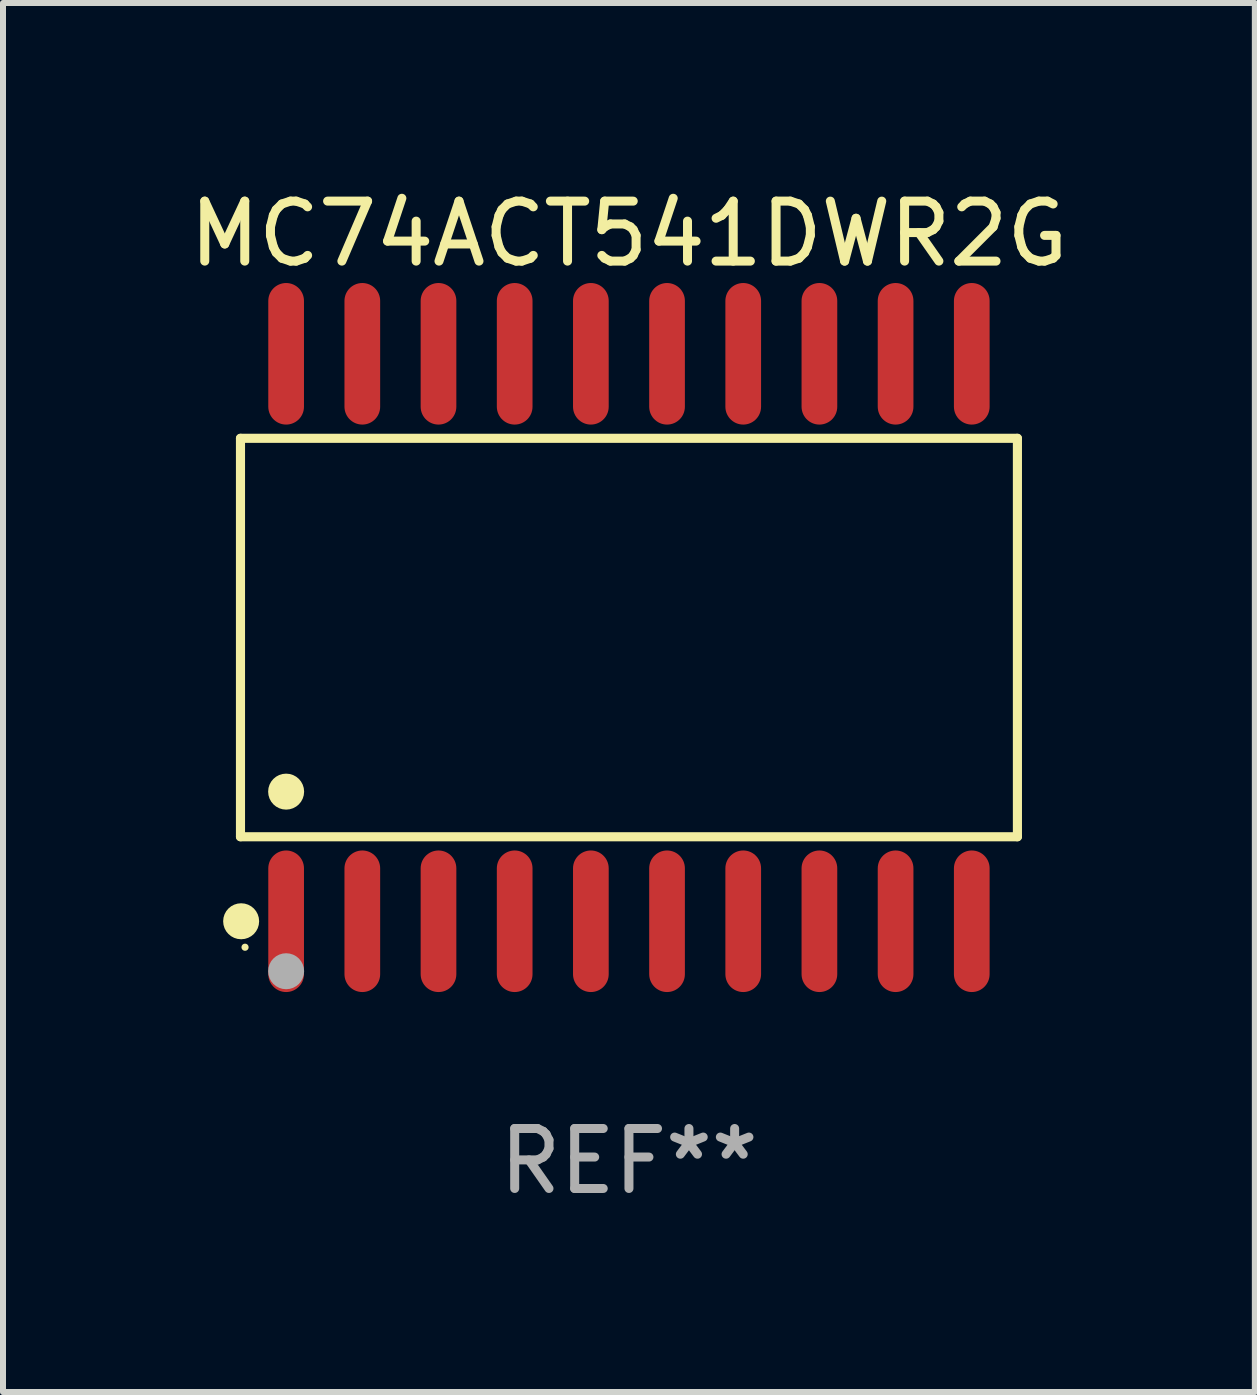
<source format=kicad_pcb>
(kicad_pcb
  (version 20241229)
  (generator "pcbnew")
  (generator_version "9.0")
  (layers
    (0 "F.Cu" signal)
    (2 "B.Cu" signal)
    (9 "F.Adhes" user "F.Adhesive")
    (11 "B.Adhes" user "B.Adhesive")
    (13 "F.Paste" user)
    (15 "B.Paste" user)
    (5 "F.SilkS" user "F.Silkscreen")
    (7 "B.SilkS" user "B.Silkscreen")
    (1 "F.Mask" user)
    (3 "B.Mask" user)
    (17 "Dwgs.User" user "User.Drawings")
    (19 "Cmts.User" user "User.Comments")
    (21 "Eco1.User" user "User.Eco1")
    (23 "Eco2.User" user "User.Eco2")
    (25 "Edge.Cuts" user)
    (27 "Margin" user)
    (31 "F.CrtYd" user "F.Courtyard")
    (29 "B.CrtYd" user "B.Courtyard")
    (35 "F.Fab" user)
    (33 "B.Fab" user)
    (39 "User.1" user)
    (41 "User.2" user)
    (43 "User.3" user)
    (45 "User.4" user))
  (footprint "MC74ACT541DWR2G"
    (layer "F.Cu")
    (at 7.435 7.578)
    (property "Reference" "MC74ACT541DWR2G" (at 0 -6.73 0) (layer "F.SilkS") (effects (font (size 1 1) (thickness 0.15))))
    (attr through_hole)
    (fp_line (start -6.476 -3.321) (end 6.476 -3.321) (stroke (width 0.152) (type solid)) (layer "F.SilkS"))
    (fp_line (start -6.476 3.321) (end -6.476 -3.321) (stroke (width 0.152) (type solid)) (layer "F.SilkS"))
    (fp_line (start 6.476 -3.321) (end 6.476 3.321) (stroke (width 0.152) (type solid)) (layer "F.SilkS"))
    (fp_line (start 6.476 3.321) (end -6.476 3.321) (stroke (width 0.152) (type solid)) (layer "F.SilkS"))
    (fp_circle (center -6.465 4.73) (end -6.315 4.73) (stroke (width 0.3) (type solid)) (fill no) (layer "F.SilkS"))
    (fp_circle (center -6.4 5.163) (end -6.37 5.163) (stroke (width 0.06) (type solid)) (fill no) (layer "F.SilkS"))
    (fp_circle (center -5.715 2.569) (end -5.565 2.569) (stroke (width 0.3) (type solid)) (fill no) (layer "F.SilkS"))
    (fp_circle (center -5.715 5.563) (end -5.565 5.563) (stroke (width 0.3) (type solid)) (fill no) (layer "F.Fab"))
    (fp_text user "REF**" (at 0 8.73 0) (layer "F.Fab") (effects (font (size 1 1) (thickness 0.15))))
    (pad "1" smd oval (at -5.715 4.73) (size 0.595 2.36) (layers "F.Cu" "F.Mask" "F.Paste"))
    (pad "2" smd oval (at -4.445 4.73) (size 0.595 2.36) (layers "F.Cu" "F.Mask" "F.Paste"))
    (pad "3" smd oval (at -3.175 4.73) (size 0.595 2.36) (layers "F.Cu" "F.Mask" "F.Paste"))
    (pad "4" smd oval (at -1.905 4.73) (size 0.595 2.36) (layers "F.Cu" "F.Mask" "F.Paste"))
    (pad "5" smd oval (at -0.635 4.73) (size 0.595 2.36) (layers "F.Cu" "F.Mask" "F.Paste"))
    (pad "6" smd oval (at 0.635 4.73) (size 0.595 2.36) (layers "F.Cu" "F.Mask" "F.Paste"))
    (pad "7" smd oval (at 1.905 4.73) (size 0.595 2.36) (layers "F.Cu" "F.Mask" "F.Paste"))
    (pad "8" smd oval (at 3.175 4.73) (size 0.595 2.36) (layers "F.Cu" "F.Mask" "F.Paste"))
    (pad "9" smd oval (at 4.445 4.73) (size 0.595 2.36) (layers "F.Cu" "F.Mask" "F.Paste"))
    (pad "10" smd oval (at 5.715 4.73) (size 0.595 2.36) (layers "F.Cu" "F.Mask" "F.Paste"))
    (pad "11" smd oval (at 5.715 -4.73) (size 0.595 2.36) (layers "F.Cu" "F.Mask" "F.Paste"))
    (pad "12" smd oval (at 4.445 -4.73) (size 0.595 2.36) (layers "F.Cu" "F.Mask" "F.Paste"))
    (pad "13" smd oval (at 3.175 -4.73) (size 0.595 2.36) (layers "F.Cu" "F.Mask" "F.Paste"))
    (pad "14" smd oval (at 1.905 -4.73) (size 0.595 2.36) (layers "F.Cu" "F.Mask" "F.Paste"))
    (pad "15" smd oval (at 0.635 -4.73) (size 0.595 2.36) (layers "F.Cu" "F.Mask" "F.Paste"))
    (pad "16" smd oval (at -0.635 -4.73) (size 0.595 2.36) (layers "F.Cu" "F.Mask" "F.Paste"))
    (pad "17" smd oval (at -1.905 -4.73) (size 0.595 2.36) (layers "F.Cu" "F.Mask" "F.Paste"))
    (pad "18" smd oval (at -3.175 -4.73) (size 0.595 2.36) (layers "F.Cu" "F.Mask" "F.Paste"))
    (pad "19" smd oval (at -4.445 -4.73) (size 0.595 2.36) (layers "F.Cu" "F.Mask" "F.Paste"))
    (pad "20" smd oval (at -5.715 -4.73) (size 0.595 2.36) (layers "F.Cu" "F.Mask" "F.Paste")))
  (gr_rect
    (start -3 -3)
    (end 17.869 20.156)
    (stroke (width 0.1) (type default))
    (fill no)
    (layer "Edge.Cuts")))
</source>
